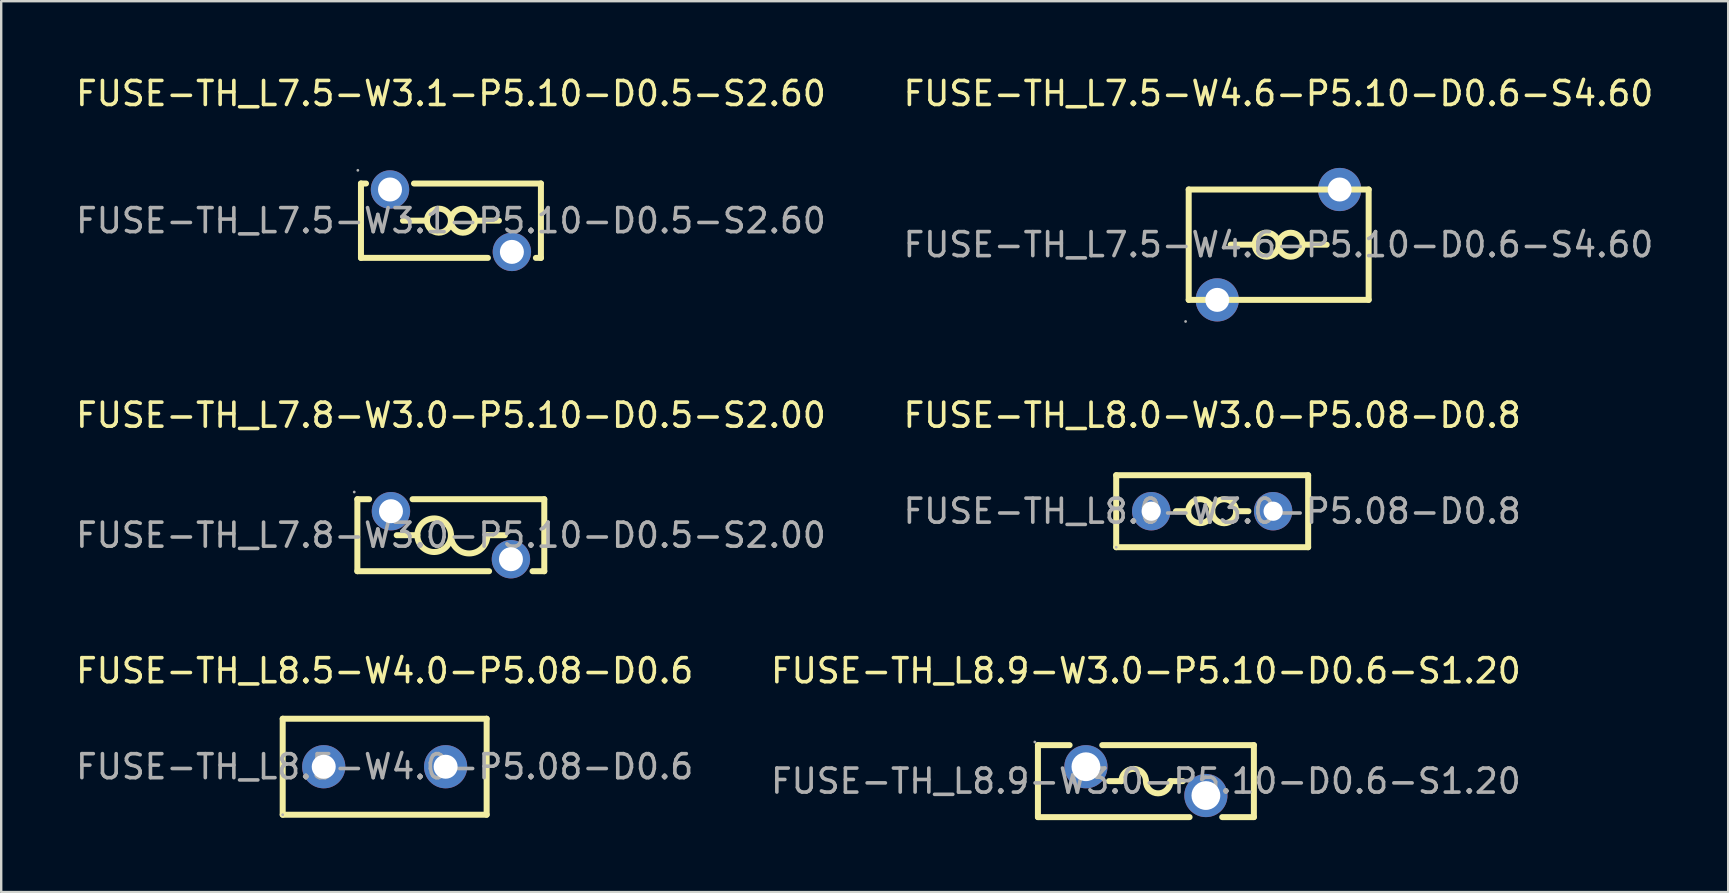
<source format=kicad_pcb>
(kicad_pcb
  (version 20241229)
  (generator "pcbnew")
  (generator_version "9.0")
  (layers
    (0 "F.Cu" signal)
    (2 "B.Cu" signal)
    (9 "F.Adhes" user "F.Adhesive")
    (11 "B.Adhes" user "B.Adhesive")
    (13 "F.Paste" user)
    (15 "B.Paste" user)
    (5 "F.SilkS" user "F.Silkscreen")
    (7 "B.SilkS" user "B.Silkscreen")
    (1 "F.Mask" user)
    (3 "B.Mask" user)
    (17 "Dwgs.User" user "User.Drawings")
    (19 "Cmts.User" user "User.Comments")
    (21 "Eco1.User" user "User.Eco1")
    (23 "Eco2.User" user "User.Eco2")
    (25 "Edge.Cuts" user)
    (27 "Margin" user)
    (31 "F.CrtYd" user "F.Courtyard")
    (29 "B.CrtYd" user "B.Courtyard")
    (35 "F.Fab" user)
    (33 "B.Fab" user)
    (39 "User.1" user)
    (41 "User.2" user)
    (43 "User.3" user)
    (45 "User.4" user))
  (footprint "FUSE-TH_L7.5-W3.1-P5.10-D0.5-S2.60"
    (layer "F.Cu")
    (at 15.744 6.148)
    (property "Reference" "FUSE-TH_L7.5-W3.1-P5.10-D0.5-S2.60" (at 0 -5.3 0) (layer "F.SilkS") (effects (font (size 1 1) (thickness 0.15))))
    (attr through_hole)
    (fp_line (start -3.75 -1.55) (end -3.54 -1.55) (stroke (width 0.25) (type solid)) (layer "F.SilkS"))
    (fp_line (start -3.75 1.55) (end -3.75 -1.55) (stroke (width 0.25) (type solid)) (layer "F.SilkS"))
    (fp_line (start -3.75 1.55) (end 1.54 1.55) (stroke (width 0.25) (type solid)) (layer "F.SilkS"))
    (fp_line (start -1.54 -1.55) (end 3.75 -1.55) (stroke (width 0.25) (type solid)) (layer "F.SilkS"))
    (fp_line (start -1 0) (end -2 0) (stroke (width 0.25) (type solid)) (layer "F.SilkS"))
    (fp_line (start 1 0) (end 2 0) (stroke (width 0.25) (type solid)) (layer "F.SilkS"))
    (fp_line (start 3.54 1.55) (end 3.75 1.55) (stroke (width 0.25) (type solid)) (layer "F.SilkS"))
    (fp_line (start 3.75 -1.55) (end 3.75 1.55) (stroke (width 0.25) (type solid)) (layer "F.SilkS"))
    (fp_arc (start -0.000076 0.008726) (mid -0.999981 -0.004363) (end 0 0) (stroke (width 0.25) (type solid)) (layer "F.SilkS"))
    (fp_arc (start 0.000076 -0.008726) (mid 0.999981 0.004363) (end 0 0) (stroke (width 0.25) (type solid)) (layer "F.SilkS"))
    (fp_circle (center -3.88 -2.1) (end -3.85 -2.1) (stroke (width 0.06) (type solid)) (fill no) (layer "F.Fab"))
    (fp_circle (center -2.54 -1.3) (end -2.34 -1.3) (stroke (width 0.4) (type solid)) (fill no) (layer "F.Fab"))
    (fp_circle (center 2.54 1.3) (end 2.74 1.3) (stroke (width 0.4) (type solid)) (fill no) (layer "F.Fab"))
    (fp_text user "${REFERENCE}" (at 0 0 0) (layer "F.Fab") (effects (font (size 1 1) (thickness 0.15))))
    (pad "1" thru_hole circle (at -2.54 -1.3) (size 1.6 1.6) (drill 1) (layers "*.Cu" "*.Paste" "*.Mask"))
    (pad "2" thru_hole circle (at 2.54 1.3) (size 1.6 1.6) (drill 1) (layers "*.Cu" "*.Paste" "*.Mask")))
  (footprint "FUSE-TH_L8.5-W4.0-P5.08-D0.6"
    (layer "F.Cu")
    (at 12.982 28.905)
    (property "Reference" "FUSE-TH_L8.5-W4.0-P5.08-D0.6" (at 0 -4 0) (layer "F.SilkS") (effects (font (size 1 1) (thickness 0.15))))
    (attr through_hole)
    (fp_line (start -4.25 -2) (end 4.25 -2) (stroke (width 0.25) (type solid)) (layer "F.SilkS"))
    (fp_line (start -4.25 2) (end -4.25 -2) (stroke (width 0.25) (type solid)) (layer "F.SilkS"))
    (fp_line (start 4.25 -2) (end 4.25 2) (stroke (width 0.25) (type solid)) (layer "F.SilkS"))
    (fp_line (start 4.25 2) (end -4.25 2) (stroke (width 0.25) (type solid)) (layer "F.SilkS"))
    (fp_circle (center -4.25 2) (end -4.22 2) (stroke (width 0.06) (type solid)) (fill no) (layer "F.Fab"))
    (fp_circle (center -2.54 0) (end -2.39 0) (stroke (width 0.3) (type solid)) (fill no) (layer "F.Fab"))
    (fp_circle (center 2.54 0) (end 2.69 0) (stroke (width 0.3) (type solid)) (fill no) (layer "F.Fab"))
    (fp_text user "${REFERENCE}" (at 0 0 0) (layer "F.Fab") (effects (font (size 1 1) (thickness 0.15))))
    (pad "1" thru_hole circle (at -2.54 0) (size 1.8 1.8) (drill 1) (layers "*.Cu" "*.Paste" "*.Mask"))
    (pad "2" thru_hole circle (at 2.54 0) (size 1.8 1.8) (drill 1) (layers "*.Cu" "*.Paste" "*.Mask")))
  (footprint "FUSE-TH_L7.5-W4.6-P5.10-D0.6-S4.60"
    (layer "F.Cu")
    (at 50.232 7.148)
    (property "Reference" "FUSE-TH_L7.5-W4.6-P5.10-D0.6-S4.60" (at 0 -6.3 0) (layer "F.SilkS") (effects (font (size 1 1) (thickness 0.15))))
    (attr through_hole)
    (fp_line (start -3.74 -2.3) (end 3.76 -2.3) (stroke (width 0.25) (type solid)) (layer "F.SilkS"))
    (fp_line (start -3.74 2.3) (end -3.74 -2.3) (stroke (width 0.25) (type solid)) (layer "F.SilkS"))
    (fp_line (start -0.99 0) (end -1.99 0) (stroke (width 0.25) (type solid)) (layer "F.SilkS"))
    (fp_line (start 1.01 0) (end 2.01 0) (stroke (width 0.25) (type solid)) (layer "F.SilkS"))
    (fp_line (start 3.76 -2.3) (end 3.76 2.3) (stroke (width 0.25) (type solid)) (layer "F.SilkS"))
    (fp_line (start 3.76 2.3) (end -3.74 2.3) (stroke (width 0.25) (type solid)) (layer "F.SilkS"))
    (fp_arc (start 0.009924 0.008726) (mid -0.989981 -0.004363) (end 0.01 0) (stroke (width 0.25) (type solid)) (layer "F.SilkS"))
    (fp_arc (start 0.010076 -0.008726) (mid 1.009981 0.004363) (end 0.01 0) (stroke (width 0.25) (type solid)) (layer "F.SilkS"))
    (fp_circle (center -3.87 3.2) (end -3.84 3.2) (stroke (width 0.06) (type solid)) (fill no) (layer "F.Fab"))
    (fp_circle (center -2.55 2.3) (end -2.35 2.3) (stroke (width 0.4) (type solid)) (fill no) (layer "F.Fab"))
    (fp_circle (center 2.55 -2.3) (end 2.75 -2.3) (stroke (width 0.4) (type solid)) (fill no) (layer "F.Fab"))
    (fp_text user "${REFERENCE}" (at 0 0 0) (layer "F.Fab") (effects (font (size 1 1) (thickness 0.15))))
    (pad "1" thru_hole circle (at -2.55 2.3) (size 1.8 1.8) (drill 1) (layers "*.Cu" "*.Paste" "*.Mask"))
    (pad "2" thru_hole circle (at 2.55 -2.3) (size 1.8 1.8) (drill 1) (layers "*.Cu" "*.Paste" "*.Mask")))
  (footprint "FUSE-TH_L7.8-W3.0-P5.10-D0.5-S2.00"
    (layer "F.Cu")
    (at 15.744 19.256)
    (property "Reference" "FUSE-TH_L7.8-W3.0-P5.10-D0.5-S2.00" (at 0 -5 0) (layer "F.SilkS") (effects (font (size 1 1) (thickness 0.15))))
    (attr through_hole)
    (fp_line (start -3.9 -1.5) (end -3.41 -1.5) (stroke (width 0.25) (type solid)) (layer "F.SilkS"))
    (fp_line (start -3.9 1.5) (end -3.9 -1.5) (stroke (width 0.25) (type solid)) (layer "F.SilkS"))
    (fp_line (start -3.9 1.5) (end 1.59 1.5) (stroke (width 0.25) (type solid)) (layer "F.SilkS"))
    (fp_line (start -2.26 0) (end -1.4 0) (stroke (width 0.25) (type solid)) (layer "F.SilkS"))
    (fp_line (start -1.6 -1.5) (end 3.89 -1.5) (stroke (width 0.25) (type solid)) (layer "F.SilkS"))
    (fp_line (start 2.25 0) (end 1.52 0) (stroke (width 0.25) (type solid)) (layer "F.SilkS"))
    (fp_line (start 3.4 1.5) (end 3.89 1.5) (stroke (width 0.25) (type solid)) (layer "F.SilkS"))
    (fp_line (start 3.89 -1.5) (end 3.89 1.5) (stroke (width 0.25) (type solid)) (layer "F.SilkS"))
    (fp_arc (start -0.000107 0.012217) (mid -1.399973 -0.006109) (end 0 0) (stroke (width 0.25) (type solid)) (layer "F.SilkS"))
    (fp_arc (start 1.52 0) (mid 0.76 0.76) (end 0 0) (stroke (width 0.25) (type solid)) (layer "F.SilkS"))
    (fp_circle (center -4.03 -1.8) (end -4 -1.8) (stroke (width 0.06) (type solid)) (fill no) (layer "F.Fab"))
    (fp_circle (center -2.5 -1) (end -2.3 -1) (stroke (width 0.4) (type solid)) (fill no) (layer "F.Fab"))
    (fp_circle (center 2.5 1) (end 2.7 1) (stroke (width 0.4) (type solid)) (fill no) (layer "F.Fab"))
    (fp_text user "${REFERENCE}" (at 0 0 0) (layer "F.Fab") (effects (font (size 1 1) (thickness 0.15))))
    (pad "1" thru_hole circle (at -2.5 -1) (size 1.6 1.6) (drill 1) (layers "*.Cu" "*.Paste" "*.Mask"))
    (pad "2" thru_hole circle (at 2.5 1) (size 1.6 1.6) (drill 1) (layers "*.Cu" "*.Paste" "*.Mask")))
  (footprint "FUSE-TH_L8.9-W3.0-P5.10-D0.6-S1.20"
    (layer "F.Cu")
    (at 44.708 29.505)
    (property "Reference" "FUSE-TH_L8.9-W3.0-P5.10-D0.6-S1.20" (at 0 -4.6 0) (layer "F.SilkS") (effects (font (size 1 1) (thickness 0.15))))
    (attr through_hole)
    (fp_line (start -4.5 -1.5) (end -3.18 -1.5) (stroke (width 0.25) (type solid)) (layer "F.SilkS"))
    (fp_line (start -4.5 1.5) (end -4.5 -1.5) (stroke (width 0.25) (type solid)) (layer "F.SilkS"))
    (fp_line (start -4.5 1.5) (end 1.82 1.5) (stroke (width 0.25) (type solid)) (layer "F.SilkS"))
    (fp_line (start -1.82 -1.5) (end 4.5 -1.5) (stroke (width 0.25) (type solid)) (layer "F.SilkS"))
    (fp_line (start -1.54 0) (end -1.02 0) (stroke (width 0.25) (type solid)) (layer "F.SilkS"))
    (fp_line (start 1.54 0) (end 1.02 0) (stroke (width 0.25) (type solid)) (layer "F.SilkS"))
    (fp_line (start 3.18 1.5) (end 4.5 1.5) (stroke (width 0.25) (type solid)) (layer "F.SilkS"))
    (fp_line (start 4.5 -1.5) (end 4.5 1.5) (stroke (width 0.25) (type solid)) (layer "F.SilkS"))
    (fp_arc (start -1.02 0) (mid -0.51 -0.51) (end 0 0) (stroke (width 0.25) (type solid)) (layer "F.SilkS"))
    (fp_arc (start 1.02 0) (mid 0.51 0.51) (end 0 0) (stroke (width 0.25) (type solid)) (layer "F.SilkS"))
    (fp_circle (center -4.63 -1.63) (end -4.6 -1.63) (stroke (width 0.06) (type solid)) (fill no) (layer "F.Fab"))
    (fp_circle (center -2.5 -0.6) (end -2.25 -0.6) (stroke (width 0.5) (type solid)) (fill no) (layer "F.Fab"))
    (fp_circle (center 2.5 0.6) (end 2.75 0.6) (stroke (width 0.5) (type solid)) (fill no) (layer "F.Fab"))
    (fp_text user "${REFERENCE}" (at 0 0 0) (layer "F.Fab") (effects (font (size 1 1) (thickness 0.15))))
    (pad "1" thru_hole circle (at -2.5 -0.6) (size 1.8 1.8) (drill 1.2) (layers "*.Cu" "*.Paste" "*.Mask"))
    (pad "2" thru_hole circle (at 2.5 0.6) (size 1.8 1.8) (drill 1.2) (layers "*.Cu" "*.Paste" "*.Mask")))
  (footprint "FUSE-TH_L8.0-W3.0-P5.08-D0.8"
    (layer "F.Cu")
    (at 47.47 18.256)
    (property "Reference" "FUSE-TH_L8.0-W3.0-P5.08-D0.8" (at 0 -4 0) (layer "F.SilkS") (effects (font (size 1 1) (thickness 0.15))))
    (attr through_hole)
    (fp_line (start -4 -1.5) (end -4 1.5) (stroke (width 0.25) (type solid)) (layer "F.SilkS"))
    (fp_line (start -4 -1.5) (end 4 -1.5) (stroke (width 0.25) (type solid)) (layer "F.SilkS"))
    (fp_line (start -1 0) (end -1.51 0) (stroke (width 0.25) (type solid)) (layer "F.SilkS"))
    (fp_line (start 1 0) (end 1.51 0) (stroke (width 0.25) (type solid)) (layer "F.SilkS"))
    (fp_line (start 4 -1.5) (end 4 1.5) (stroke (width 0.25) (type solid)) (layer "F.SilkS"))
    (fp_line (start 4 1.5) (end -4 1.5) (stroke (width 0.25) (type solid)) (layer "F.SilkS"))
    (fp_arc (start -0.000076 0.008726) (mid -0.999981 -0.004363) (end 0 0) (stroke (width 0.25) (type solid)) (layer "F.SilkS"))
    (fp_arc (start 0.000076 -0.008726) (mid 0.999981 0.004363) (end 0 0) (stroke (width 0.25) (type solid)) (layer "F.SilkS"))
    (fp_circle (center -4 1.5) (end -3.97 1.5) (stroke (width 0.06) (type solid)) (fill no) (layer "F.Fab"))
    (fp_circle (center -2.54 0) (end -2.39 0) (stroke (width 0.3) (type solid)) (fill no) (layer "F.Fab"))
    (fp_circle (center 2.54 0) (end 2.69 0) (stroke (width 0.3) (type solid)) (fill no) (layer "F.Fab"))
    (fp_text user "${REFERENCE}" (at 0 0 0) (layer "F.Fab") (effects (font (size 1 1) (thickness 0.15))))
    (pad "1" thru_hole circle (at -2.54 0) (size 1.6 1.6) (drill 0.8) (layers "*.Cu" "*.Paste" "*.Mask"))
    (pad "2" thru_hole circle (at 2.54 0) (size 1.6 1.6) (drill 0.8) (layers "*.Cu" "*.Paste" "*.Mask")))
  (gr_rect
    (start -3 -3)
    (end 68.976 34.13)
    (stroke (width 0.1) (type default))
    (fill no)
    (layer "Edge.Cuts")))
</source>
